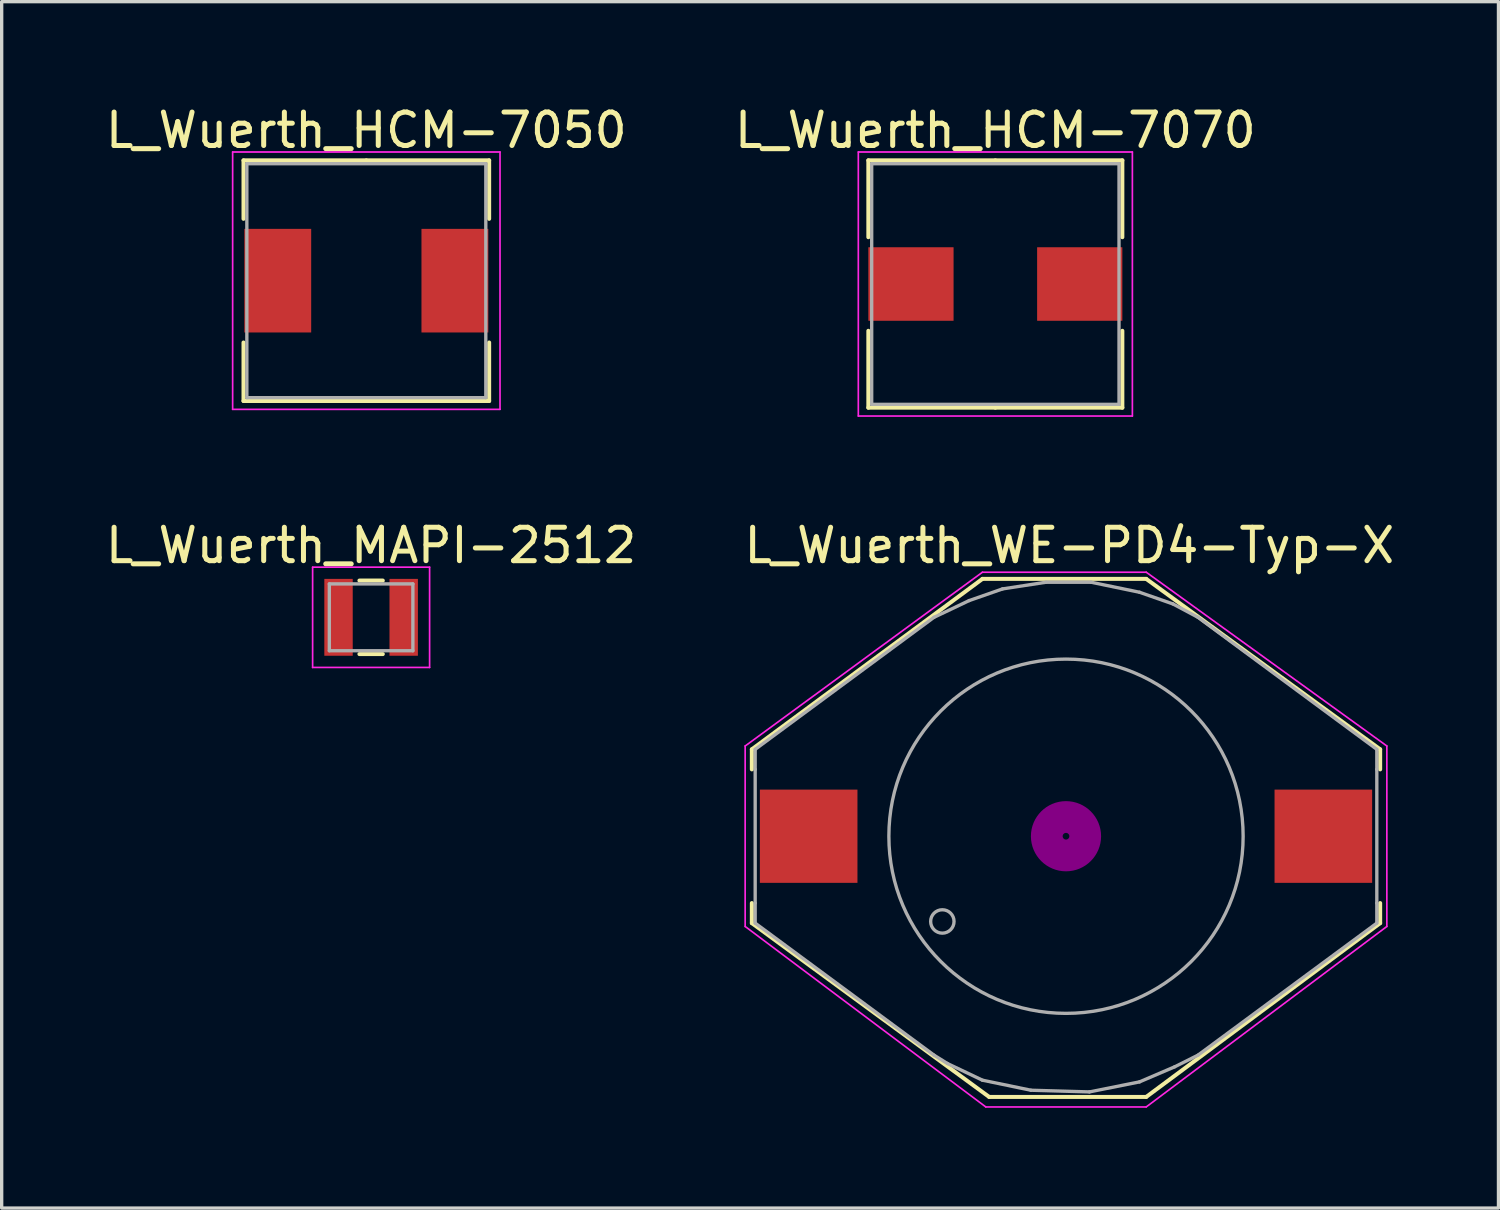
<source format=kicad_pcb>
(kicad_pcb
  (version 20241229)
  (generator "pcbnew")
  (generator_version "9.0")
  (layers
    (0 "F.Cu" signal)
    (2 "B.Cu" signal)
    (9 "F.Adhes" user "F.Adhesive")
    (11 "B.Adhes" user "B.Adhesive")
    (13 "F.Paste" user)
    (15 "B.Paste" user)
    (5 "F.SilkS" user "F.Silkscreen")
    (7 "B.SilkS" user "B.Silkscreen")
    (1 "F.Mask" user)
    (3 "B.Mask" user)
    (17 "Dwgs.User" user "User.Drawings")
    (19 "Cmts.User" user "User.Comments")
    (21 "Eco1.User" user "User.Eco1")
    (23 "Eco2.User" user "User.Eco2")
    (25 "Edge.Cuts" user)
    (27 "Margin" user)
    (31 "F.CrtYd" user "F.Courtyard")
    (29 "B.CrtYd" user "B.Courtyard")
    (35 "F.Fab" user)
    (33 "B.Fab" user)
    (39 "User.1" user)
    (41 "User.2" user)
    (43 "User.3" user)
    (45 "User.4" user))
  (footprint "L_Wuerth_WE-PD4-Typ-X"
    (layer "F.Cu")
    (at 28.846 21.971)
    (property "Reference" "L_Wuerth_WE-PD4-Typ-X" (at 0.1 -8.7 0) (layer "F.SilkS") (effects (font (size 1 1) (thickness 0.15))))
    (attr smd)
    (fp_line (start -9.4 -2.6) (end -2.5 -7.7) (stroke (width 0.12) (type solid)) (layer "F.SilkS"))
    (fp_line (start -9.4 -2) (end -9.4 -2.6) (stroke (width 0.12) (type solid)) (layer "F.SilkS"))
    (fp_line (start -9.4 2.6) (end -9.4 2) (stroke (width 0.12) (type solid)) (layer "F.SilkS"))
    (fp_line (start -9.4 2.6) (end -2.3 7.8) (stroke (width 0.12) (type solid)) (layer "F.SilkS"))
    (fp_line (start -2.5 -7.7) (end 2.4 -7.7) (stroke (width 0.12) (type solid)) (layer "F.SilkS"))
    (fp_line (start -2.3 7.8) (end 2.4 7.8) (stroke (width 0.12) (type solid)) (layer "F.SilkS"))
    (fp_line (start 2.4 -7.7) (end 9.4 -2.6) (stroke (width 0.12) (type solid)) (layer "F.SilkS"))
    (fp_line (start 2.4 7.8) (end 9.4 2.6) (stroke (width 0.12) (type solid)) (layer "F.SilkS"))
    (fp_line (start 9.4 -2) (end 9.4 -2.6) (stroke (width 0.12) (type solid)) (layer "F.SilkS"))
    (fp_line (start 9.4 2.6) (end 9.4 2) (stroke (width 0.12) (type solid)) (layer "F.SilkS"))
    (fp_circle (center 0 0) (end 0.1 0) (stroke (width 0.3) (type solid)) (fill no) (layer "F.Adhes"))
    (fp_circle (center 0 0) (end 0.3 0) (stroke (width 0.3) (type solid)) (fill no) (layer "F.Adhes"))
    (fp_circle (center 0 0) (end 0.5 0) (stroke (width 0.3) (type solid)) (fill no) (layer "F.Adhes"))
    (fp_circle (center 0 0) (end 0.7 0) (stroke (width 0.3) (type solid)) (fill no) (layer "F.Adhes"))
    (fp_circle (center 0 0) (end 0.9 0) (stroke (width 0.3) (type solid)) (fill no) (layer "F.Adhes"))
    (fp_line (start -9.6 -2.7) (end -2.5 -7.9) (stroke (width 0.05) (type solid)) (layer "F.CrtYd"))
    (fp_line (start -9.6 2.7) (end -9.6 -2.7) (stroke (width 0.05) (type solid)) (layer "F.CrtYd"))
    (fp_line (start -2.5 -7.9) (end 2.4 -7.9) (stroke (width 0.05) (type solid)) (layer "F.CrtYd"))
    (fp_line (start -2.4 8.1) (end -9.6 2.7) (stroke (width 0.05) (type solid)) (layer "F.CrtYd"))
    (fp_line (start 2.4 -7.9) (end 9.6 -2.7) (stroke (width 0.05) (type solid)) (layer "F.CrtYd"))
    (fp_line (start 2.4 8.1) (end -2.4 8.1) (stroke (width 0.05) (type solid)) (layer "F.CrtYd"))
    (fp_line (start 9.6 -2.7) (end 9.6 2.7) (stroke (width 0.05) (type solid)) (layer "F.CrtYd"))
    (fp_line (start 9.6 2.7) (end 2.4 8.1) (stroke (width 0.05) (type solid)) (layer "F.CrtYd"))
    (fp_line (start -9.3 -2.6) (end -9.3 -2) (stroke (width 0.1) (type solid)) (layer "F.Fab"))
    (fp_line (start -9.3 -2.6) (end -3.95 -6.55) (stroke (width 0.1) (type solid)) (layer "F.Fab"))
    (fp_line (start -9.3 2) (end -9.3 -2) (stroke (width 0.1) (type solid)) (layer "F.Fab"))
    (fp_line (start -9.3 2) (end -9.3 2.6) (stroke (width 0.1) (type solid)) (layer "F.Fab"))
    (fp_line (start -9.3 2.6) (end -3.95 6.55) (stroke (width 0.1) (type solid)) (layer "F.Fab"))
    (fp_line (start -3.95 -6.55) (end -2.9 -7.05) (stroke (width 0.1) (type solid)) (layer "F.Fab"))
    (fp_line (start -3.55 6.8) (end -3.95 6.55) (stroke (width 0.1) (type solid)) (layer "F.Fab"))
    (fp_line (start -2.9 -7.05) (end -1.9 -7.4) (stroke (width 0.1) (type solid)) (layer "F.Fab"))
    (fp_line (start -2.5 7.3) (end -3.55 6.8) (stroke (width 0.1) (type solid)) (layer "F.Fab"))
    (fp_line (start -1.9 -7.4) (end -0.6 -7.6) (stroke (width 0.1) (type solid)) (layer "F.Fab"))
    (fp_line (start -1.05 7.6) (end -2.5 7.3) (stroke (width 0.1) (type solid)) (layer "F.Fab"))
    (fp_line (start -0.6 -7.6) (end 0.75 -7.6) (stroke (width 0.1) (type solid)) (layer "F.Fab"))
    (fp_line (start 0.7 7.65) (end -1.05 7.6) (stroke (width 0.1) (type solid)) (layer "F.Fab"))
    (fp_line (start 0.75 -7.6) (end 2.2 -7.3) (stroke (width 0.1) (type solid)) (layer "F.Fab"))
    (fp_line (start 2.2 -7.3) (end 3.2 -6.95) (stroke (width 0.1) (type solid)) (layer "F.Fab"))
    (fp_line (start 2.2 7.35) (end 0.7 7.65) (stroke (width 0.1) (type solid)) (layer "F.Fab"))
    (fp_line (start 3.2 -6.95) (end 3.95 -6.55) (stroke (width 0.1) (type solid)) (layer "F.Fab"))
    (fp_line (start 3.25 6.9) (end 2.2 7.35) (stroke (width 0.1) (type solid)) (layer "F.Fab"))
    (fp_line (start 3.95 -6.55) (end 9.3 -2.6) (stroke (width 0.1) (type solid)) (layer "F.Fab"))
    (fp_line (start 3.95 6.55) (end 3.25 6.9) (stroke (width 0.1) (type solid)) (layer "F.Fab"))
    (fp_line (start 9.3 -2) (end 9.3 -2.6) (stroke (width 0.1) (type solid)) (layer "F.Fab"))
    (fp_line (start 9.3 -2) (end 9.3 2) (stroke (width 0.1) (type solid)) (layer "F.Fab"))
    (fp_line (start 9.3 2) (end 9.3 2.6) (stroke (width 0.1) (type solid)) (layer "F.Fab"))
    (fp_line (start 9.3 2.6) (end 3.95 6.55) (stroke (width 0.1) (type solid)) (layer "F.Fab"))
    (fp_circle (center -3.7 2.55) (end -3.7 2.2) (stroke (width 0.1) (type solid)) (fill no) (layer "F.Fab"))
    (fp_circle (center 0 0) (end 0 -5.3) (stroke (width 0.1) (type solid)) (fill no) (layer "F.Fab"))
    (pad "1" smd rect (at -7.7 0 90) (size 2.79 2.92) (layers "F.Cu" "F.Mask" "F.Paste"))
    (pad "2" smd rect (at 7.7 0 90) (size 2.79 2.92) (layers "F.Cu" "F.Mask" "F.Paste")))
  (footprint "L_Wuerth_HCM-7070"
    (layer "F.Cu")
    (at 26.732 5.448)
    (property "Reference" "L_Wuerth_HCM-7070" (at 0 -4.6 0) (layer "F.SilkS") (effects (font (size 1 1) (thickness 0.15))))
    (attr smd)
    (fp_line (start -3.8 -3.7) (end 0 -3.7) (stroke (width 0.12) (type solid)) (layer "F.SilkS"))
    (fp_line (start -3.8 -1.4) (end -3.8 -3.7) (stroke (width 0.12) (type solid)) (layer "F.SilkS"))
    (fp_line (start -3.8 1.4) (end -3.8 3.7) (stroke (width 0.12) (type solid)) (layer "F.SilkS"))
    (fp_line (start -3.8 3.7) (end 0 3.7) (stroke (width 0.12) (type solid)) (layer "F.SilkS"))
    (fp_line (start 3.8 -3.7) (end 0 -3.7) (stroke (width 0.12) (type solid)) (layer "F.SilkS"))
    (fp_line (start 3.8 -1.4) (end 3.8 -3.7) (stroke (width 0.12) (type solid)) (layer "F.SilkS"))
    (fp_line (start 3.8 1.4) (end 3.8 3.7) (stroke (width 0.12) (type solid)) (layer "F.SilkS"))
    (fp_line (start 3.8 3.7) (end 0 3.7) (stroke (width 0.12) (type solid)) (layer "F.SilkS"))
    (fp_line (start -4.1 -3.95) (end -4.1 3.95) (stroke (width 0.05) (type solid)) (layer "F.CrtYd"))
    (fp_line (start -4.1 3.95) (end 4.1 3.95) (stroke (width 0.05) (type solid)) (layer "F.CrtYd"))
    (fp_line (start 4.1 -3.95) (end -4.1 -3.95) (stroke (width 0.05) (type solid)) (layer "F.CrtYd"))
    (fp_line (start 4.1 3.95) (end 4.1 -3.95) (stroke (width 0.05) (type solid)) (layer "F.CrtYd"))
    (fp_line (start -3.7 -3.6) (end -3.7 3.6) (stroke (width 0.1) (type solid)) (layer "F.Fab"))
    (fp_line (start -3.7 3.6) (end 3.7 3.6) (stroke (width 0.1) (type solid)) (layer "F.Fab"))
    (fp_line (start 3.7 -3.6) (end -3.7 -3.6) (stroke (width 0.1) (type solid)) (layer "F.Fab"))
    (fp_line (start 3.7 3.6) (end 3.7 -3.6) (stroke (width 0.1) (type solid)) (layer "F.Fab"))
    (pad "1" smd rect (at -2.525 0) (size 2.55 2.2) (layers "F.Cu" "F.Mask" "F.Paste"))
    (pad "2" smd rect (at 2.525 0) (size 2.55 2.2) (layers "F.Cu" "F.Mask" "F.Paste")))
  (footprint "L_Wuerth_MAPI-2512"
    (layer "F.Cu")
    (at 8.054 15.421)
    (property "Reference" "L_Wuerth_MAPI-2512" (at 0 -2.15 0) (layer "F.SilkS") (effects (font (size 1 1) (thickness 0.15))))
    (attr smd)
    (fp_line (start -0.35 -1.1) (end 0.35 -1.1) (stroke (width 0.12) (type solid)) (layer "F.SilkS"))
    (fp_line (start -0.35 1.1) (end 0.35 1.1) (stroke (width 0.12) (type solid)) (layer "F.SilkS"))
    (fp_line (start -1.75 -1.5) (end -1.75 1.5) (stroke (width 0.05) (type solid)) (layer "F.CrtYd"))
    (fp_line (start -1.75 1.5) (end 1.75 1.5) (stroke (width 0.05) (type solid)) (layer "F.CrtYd"))
    (fp_line (start 1.75 -1.5) (end -1.75 -1.5) (stroke (width 0.05) (type solid)) (layer "F.CrtYd"))
    (fp_line (start 1.75 1.5) (end 1.75 -1.5) (stroke (width 0.05) (type solid)) (layer "F.CrtYd"))
    (fp_line (start -1.25 -1) (end -1.25 1) (stroke (width 0.1) (type solid)) (layer "F.Fab"))
    (fp_line (start -1.25 1) (end 1.25 1) (stroke (width 0.1) (type solid)) (layer "F.Fab"))
    (fp_line (start 1.25 -1) (end -1.25 -1) (stroke (width 0.1) (type solid)) (layer "F.Fab"))
    (fp_line (start 1.25 1) (end 1.25 -1) (stroke (width 0.1) (type solid)) (layer "F.Fab"))
    (pad "1" smd rect (at -0.975 0) (size 0.85 2.3) (layers "F.Cu" "F.Mask" "F.Paste"))
    (pad "2" smd rect (at 0.975 0) (size 0.85 2.3) (layers "F.Cu" "F.Mask" "F.Paste")))
  (footprint "L_Wuerth_HCM-7050"
    (layer "F.Cu")
    (at 7.911 5.348)
    (property "Reference" "L_Wuerth_HCM-7050" (at 0 -4.5 0) (layer "F.SilkS") (effects (font (size 1 1) (thickness 0.15))))
    (attr smd)
    (fp_line (start -3.675 -3.6) (end 0 -3.6) (stroke (width 0.12) (type solid)) (layer "F.SilkS"))
    (fp_line (start -3.675 -1.85) (end -3.675 -3.6) (stroke (width 0.12) (type solid)) (layer "F.SilkS"))
    (fp_line (start -3.675 1.85) (end -3.675 3.6) (stroke (width 0.12) (type solid)) (layer "F.SilkS"))
    (fp_line (start -3.675 3.6) (end 0 3.6) (stroke (width 0.12) (type solid)) (layer "F.SilkS"))
    (fp_line (start 3.675 -3.6) (end 0 -3.6) (stroke (width 0.12) (type solid)) (layer "F.SilkS"))
    (fp_line (start 3.675 -1.85) (end 3.675 -3.6) (stroke (width 0.12) (type solid)) (layer "F.SilkS"))
    (fp_line (start 3.675 1.85) (end 3.675 3.6) (stroke (width 0.12) (type solid)) (layer "F.SilkS"))
    (fp_line (start 3.675 3.6) (end 0 3.6) (stroke (width 0.12) (type solid)) (layer "F.SilkS"))
    (fp_line (start -4 -3.85) (end -4 3.85) (stroke (width 0.05) (type solid)) (layer "F.CrtYd"))
    (fp_line (start -4 3.85) (end 4 3.85) (stroke (width 0.05) (type solid)) (layer "F.CrtYd"))
    (fp_line (start 4 -3.85) (end -4 -3.85) (stroke (width 0.05) (type solid)) (layer "F.CrtYd"))
    (fp_line (start 4 3.85) (end 4 -3.85) (stroke (width 0.05) (type solid)) (layer "F.CrtYd"))
    (fp_line (start -3.575 -3.5) (end -3.575 3.5) (stroke (width 0.1) (type solid)) (layer "F.Fab"))
    (fp_line (start -3.575 3.5) (end 3.575 3.5) (stroke (width 0.1) (type solid)) (layer "F.Fab"))
    (fp_line (start 3.575 -3.5) (end -3.575 -3.5) (stroke (width 0.1) (type solid)) (layer "F.Fab"))
    (fp_line (start 3.575 3.5) (end 3.575 -3.5) (stroke (width 0.1) (type solid)) (layer "F.Fab"))
    (pad "1" smd rect (at -2.65 0) (size 2 3.1) (layers "F.Cu" "F.Mask" "F.Paste"))
    (pad "2" smd rect (at 2.65 0) (size 2 3.1) (layers "F.Cu" "F.Mask" "F.Paste")))
  (gr_rect
    (start -3 -3)
    (end 41.786 33.096)
    (stroke (width 0.1) (type default))
    (fill no)
    (layer "Edge.Cuts")))
</source>
